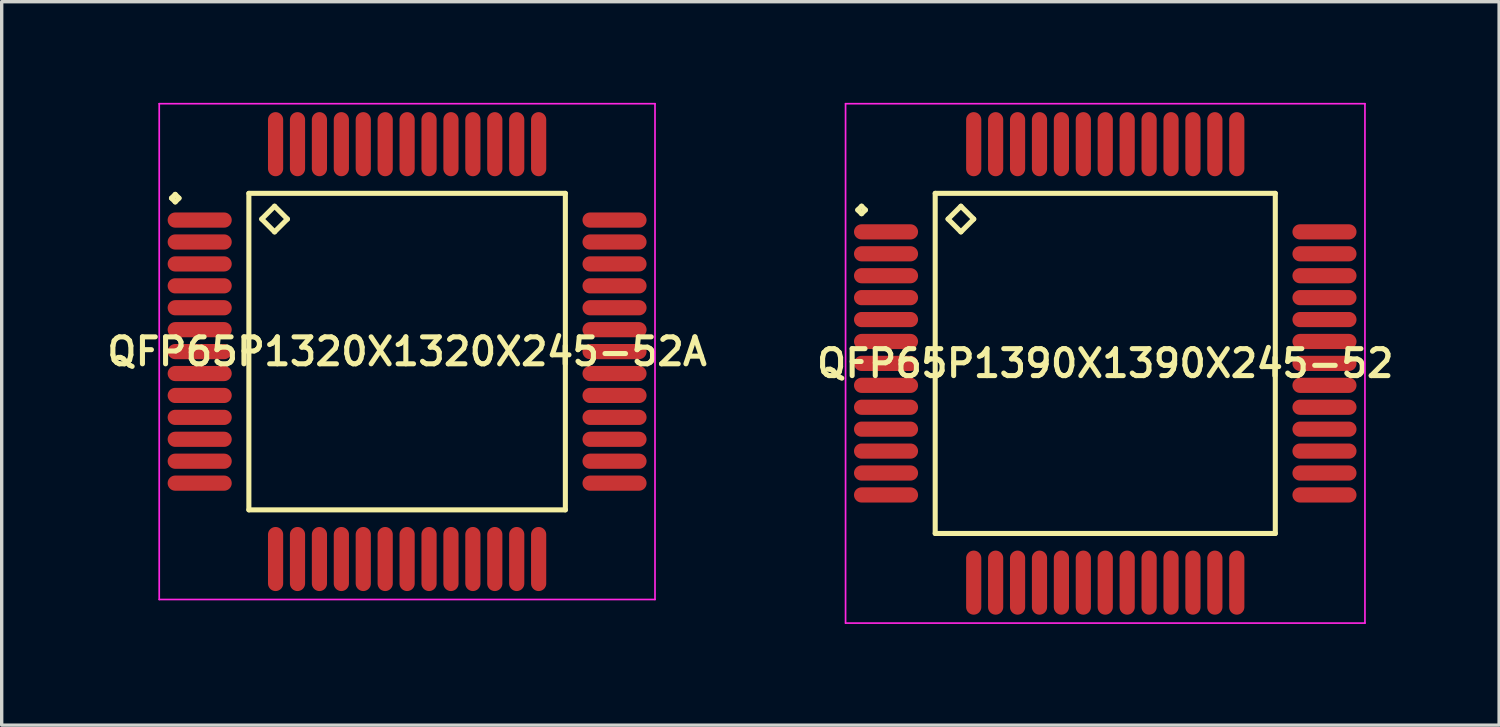
<source format=kicad_pcb>
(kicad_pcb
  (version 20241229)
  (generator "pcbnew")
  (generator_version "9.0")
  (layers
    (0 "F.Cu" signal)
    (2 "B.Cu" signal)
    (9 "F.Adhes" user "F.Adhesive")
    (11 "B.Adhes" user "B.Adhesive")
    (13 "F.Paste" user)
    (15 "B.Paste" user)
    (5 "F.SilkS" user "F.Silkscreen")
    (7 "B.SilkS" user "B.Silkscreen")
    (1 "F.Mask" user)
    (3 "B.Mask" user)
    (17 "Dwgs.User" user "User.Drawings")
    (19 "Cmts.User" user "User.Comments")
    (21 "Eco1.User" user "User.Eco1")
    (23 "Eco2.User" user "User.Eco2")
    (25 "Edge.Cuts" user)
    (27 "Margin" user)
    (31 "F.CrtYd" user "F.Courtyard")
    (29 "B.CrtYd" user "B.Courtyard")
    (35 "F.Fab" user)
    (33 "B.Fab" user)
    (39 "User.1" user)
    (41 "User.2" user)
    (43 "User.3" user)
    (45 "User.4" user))
  (footprint "QFP65P1320X1320X245-52A"
    (layer "F.Cu")
    (at 9.021 7.375)
    (property "Reference" "QFP65P1320X1320X245-52A" (at 0 0 0) (layer "F.SilkS") (effects (font (size 0.8 0.8) (thickness 0.15))))
    (attr smd)
    (fp_line (start -6.987 -4.55) (end -6.875 -4.662) (stroke (width 0.15) (type solid)) (layer "F.SilkS"))
    (fp_line (start -6.875 -4.662) (end -6.763 -4.55) (stroke (width 0.15) (type solid)) (layer "F.SilkS"))
    (fp_line (start -6.875 -4.438) (end -6.987 -4.55) (stroke (width 0.15) (type solid)) (layer "F.SilkS"))
    (fp_line (start -6.763 -4.55) (end -6.875 -4.438) (stroke (width 0.15) (type solid)) (layer "F.SilkS"))
    (fp_line (start -4.692 -4.692) (end -4.692 4.692) (stroke (width 0.15) (type solid)) (layer "F.SilkS"))
    (fp_line (start -4.692 4.692) (end 4.692 4.692) (stroke (width 0.15) (type solid)) (layer "F.SilkS"))
    (fp_line (start -4.311 -3.93) (end -3.93 -4.311) (stroke (width 0.15) (type solid)) (layer "F.SilkS"))
    (fp_line (start -3.93 -4.311) (end -3.549 -3.93) (stroke (width 0.15) (type solid)) (layer "F.SilkS"))
    (fp_line (start -3.93 -3.549) (end -4.311 -3.93) (stroke (width 0.15) (type solid)) (layer "F.SilkS"))
    (fp_line (start -3.549 -3.93) (end -3.93 -3.549) (stroke (width 0.15) (type solid)) (layer "F.SilkS"))
    (fp_line (start 4.692 -4.692) (end -4.692 -4.692) (stroke (width 0.15) (type solid)) (layer "F.SilkS"))
    (fp_line (start 4.692 4.692) (end 4.692 -4.692) (stroke (width 0.15) (type solid)) (layer "F.SilkS"))
    (fp_line (start -7.35 -7.35) (end 7.35 -7.35) (stroke (width 0.05) (type solid)) (layer "F.CrtYd"))
    (fp_line (start -7.35 7.35) (end -7.35 -7.35) (stroke (width 0.05) (type solid)) (layer "F.CrtYd"))
    (fp_line (start 7.35 -7.35) (end 7.35 7.35) (stroke (width 0.05) (type solid)) (layer "F.CrtYd"))
    (fp_line (start 7.35 7.35) (end -7.35 7.35) (stroke (width 0.05) (type solid)) (layer "F.CrtYd"))
    (pad "1" smd oval (at -6.15 -3.9) (size 1.9 0.45) (layers "F.Cu" "F.Mask" "F.Paste"))
    (pad "2" smd oval (at -6.15 -3.25) (size 1.9 0.45) (layers "F.Cu" "F.Mask" "F.Paste"))
    (pad "3" smd oval (at -6.15 -2.6) (size 1.9 0.45) (layers "F.Cu" "F.Mask" "F.Paste"))
    (pad "4" smd oval (at -6.15 -1.95) (size 1.9 0.45) (layers "F.Cu" "F.Mask" "F.Paste"))
    (pad "5" smd oval (at -6.15 -1.3) (size 1.9 0.45) (layers "F.Cu" "F.Mask" "F.Paste"))
    (pad "6" smd oval (at -6.15 -0.65) (size 1.9 0.45) (layers "F.Cu" "F.Mask" "F.Paste"))
    (pad "7" smd oval (at -6.15 0) (size 1.9 0.45) (layers "F.Cu" "F.Mask" "F.Paste"))
    (pad "8" smd oval (at -6.15 0.65) (size 1.9 0.45) (layers "F.Cu" "F.Mask" "F.Paste"))
    (pad "9" smd oval (at -6.15 1.3) (size 1.9 0.45) (layers "F.Cu" "F.Mask" "F.Paste"))
    (pad "10" smd oval (at -6.15 1.95) (size 1.9 0.45) (layers "F.Cu" "F.Mask" "F.Paste"))
    (pad "11" smd oval (at -6.15 2.6) (size 1.9 0.45) (layers "F.Cu" "F.Mask" "F.Paste"))
    (pad "12" smd oval (at -6.15 3.25) (size 1.9 0.45) (layers "F.Cu" "F.Mask" "F.Paste"))
    (pad "13" smd oval (at -6.15 3.9) (size 1.9 0.45) (layers "F.Cu" "F.Mask" "F.Paste"))
    (pad "14" smd oval (at -3.9 6.15) (size 0.45 1.9) (layers "F.Cu" "F.Mask" "F.Paste"))
    (pad "15" smd oval (at -3.25 6.15) (size 0.45 1.9) (layers "F.Cu" "F.Mask" "F.Paste"))
    (pad "16" smd oval (at -2.6 6.15) (size 0.45 1.9) (layers "F.Cu" "F.Mask" "F.Paste"))
    (pad "17" smd oval (at -1.95 6.15) (size 0.45 1.9) (layers "F.Cu" "F.Mask" "F.Paste"))
    (pad "18" smd oval (at -1.3 6.15) (size 0.45 1.9) (layers "F.Cu" "F.Mask" "F.Paste"))
    (pad "19" smd oval (at -0.65 6.15) (size 0.45 1.9) (layers "F.Cu" "F.Mask" "F.Paste"))
    (pad "20" smd oval (at 0 6.15) (size 0.45 1.9) (layers "F.Cu" "F.Mask" "F.Paste"))
    (pad "21" smd oval (at 0.65 6.15) (size 0.45 1.9) (layers "F.Cu" "F.Mask" "F.Paste"))
    (pad "22" smd oval (at 1.3 6.15) (size 0.45 1.9) (layers "F.Cu" "F.Mask" "F.Paste"))
    (pad "23" smd oval (at 1.95 6.15) (size 0.45 1.9) (layers "F.Cu" "F.Mask" "F.Paste"))
    (pad "24" smd oval (at 2.6 6.15) (size 0.45 1.9) (layers "F.Cu" "F.Mask" "F.Paste"))
    (pad "25" smd oval (at 3.25 6.15) (size 0.45 1.9) (layers "F.Cu" "F.Mask" "F.Paste"))
    (pad "26" smd oval (at 3.9 6.15) (size 0.45 1.9) (layers "F.Cu" "F.Mask" "F.Paste"))
    (pad "27" smd oval (at 6.15 3.9) (size 1.9 0.45) (layers "F.Cu" "F.Mask" "F.Paste"))
    (pad "28" smd oval (at 6.15 3.25) (size 1.9 0.45) (layers "F.Cu" "F.Mask" "F.Paste"))
    (pad "29" smd oval (at 6.15 2.6) (size 1.9 0.45) (layers "F.Cu" "F.Mask" "F.Paste"))
    (pad "30" smd oval (at 6.15 1.95) (size 1.9 0.45) (layers "F.Cu" "F.Mask" "F.Paste"))
    (pad "31" smd oval (at 6.15 1.3) (size 1.9 0.45) (layers "F.Cu" "F.Mask" "F.Paste"))
    (pad "32" smd oval (at 6.15 0.65) (size 1.9 0.45) (layers "F.Cu" "F.Mask" "F.Paste"))
    (pad "33" smd oval (at 6.15 0) (size 1.9 0.45) (layers "F.Cu" "F.Mask" "F.Paste"))
    (pad "34" smd oval (at 6.15 -0.65) (size 1.9 0.45) (layers "F.Cu" "F.Mask" "F.Paste"))
    (pad "35" smd oval (at 6.15 -1.3) (size 1.9 0.45) (layers "F.Cu" "F.Mask" "F.Paste"))
    (pad "36" smd oval (at 6.15 -1.95) (size 1.9 0.45) (layers "F.Cu" "F.Mask" "F.Paste"))
    (pad "37" smd oval (at 6.15 -2.6) (size 1.9 0.45) (layers "F.Cu" "F.Mask" "F.Paste"))
    (pad "38" smd oval (at 6.15 -3.25) (size 1.9 0.45) (layers "F.Cu" "F.Mask" "F.Paste"))
    (pad "39" smd oval (at 6.15 -3.9) (size 1.9 0.45) (layers "F.Cu" "F.Mask" "F.Paste"))
    (pad "40" smd oval (at 3.9 -6.15) (size 0.45 1.9) (layers "F.Cu" "F.Mask" "F.Paste"))
    (pad "41" smd oval (at 3.25 -6.15) (size 0.45 1.9) (layers "F.Cu" "F.Mask" "F.Paste"))
    (pad "42" smd oval (at 2.6 -6.15) (size 0.45 1.9) (layers "F.Cu" "F.Mask" "F.Paste"))
    (pad "43" smd oval (at 1.95 -6.15) (size 0.45 1.9) (layers "F.Cu" "F.Mask" "F.Paste"))
    (pad "44" smd oval (at 1.3 -6.15) (size 0.45 1.9) (layers "F.Cu" "F.Mask" "F.Paste"))
    (pad "45" smd oval (at 0.65 -6.15) (size 0.45 1.9) (layers "F.Cu" "F.Mask" "F.Paste"))
    (pad "46" smd oval (at 0 -6.15) (size 0.45 1.9) (layers "F.Cu" "F.Mask" "F.Paste"))
    (pad "47" smd oval (at -0.65 -6.15) (size 0.45 1.9) (layers "F.Cu" "F.Mask" "F.Paste"))
    (pad "48" smd oval (at -1.3 -6.15) (size 0.45 1.9) (layers "F.Cu" "F.Mask" "F.Paste"))
    (pad "49" smd oval (at -1.95 -6.15) (size 0.45 1.9) (layers "F.Cu" "F.Mask" "F.Paste"))
    (pad "50" smd oval (at -2.6 -6.15) (size 0.45 1.9) (layers "F.Cu" "F.Mask" "F.Paste"))
    (pad "51" smd oval (at -3.25 -6.15) (size 0.45 1.9) (layers "F.Cu" "F.Mask" "F.Paste"))
    (pad "52" smd oval (at -3.9 -6.15) (size 0.45 1.9) (layers "F.Cu" "F.Mask" "F.Paste")))
  (footprint "QFP65P1390X1390X245-52"
    (layer "F.Cu")
    (at 29.721 7.725)
    (property "Reference" "QFP65P1390X1390X245-52" (at 0 0 0) (layer "F.SilkS") (effects (font (size 0.8 0.8) (thickness 0.15))))
    (attr smd)
    (fp_line (start -7.338 -4.55) (end -7.225 -4.662) (stroke (width 0.15) (type solid)) (layer "F.SilkS"))
    (fp_line (start -7.225 -4.662) (end -7.112 -4.55) (stroke (width 0.15) (type solid)) (layer "F.SilkS"))
    (fp_line (start -7.225 -4.438) (end -7.338 -4.55) (stroke (width 0.15) (type solid)) (layer "F.SilkS"))
    (fp_line (start -7.112 -4.55) (end -7.225 -4.438) (stroke (width 0.15) (type solid)) (layer "F.SilkS"))
    (fp_line (start -5.042 -5.042) (end -5.042 5.042) (stroke (width 0.15) (type solid)) (layer "F.SilkS"))
    (fp_line (start -5.042 5.042) (end 5.042 5.042) (stroke (width 0.15) (type solid)) (layer "F.SilkS"))
    (fp_line (start -4.661 -4.28) (end -4.28 -4.661) (stroke (width 0.15) (type solid)) (layer "F.SilkS"))
    (fp_line (start -4.28 -4.661) (end -3.899 -4.28) (stroke (width 0.15) (type solid)) (layer "F.SilkS"))
    (fp_line (start -4.28 -3.899) (end -4.661 -4.28) (stroke (width 0.15) (type solid)) (layer "F.SilkS"))
    (fp_line (start -3.899 -4.28) (end -4.28 -3.899) (stroke (width 0.15) (type solid)) (layer "F.SilkS"))
    (fp_line (start 5.042 -5.042) (end -5.042 -5.042) (stroke (width 0.15) (type solid)) (layer "F.SilkS"))
    (fp_line (start 5.042 5.042) (end 5.042 -5.042) (stroke (width 0.15) (type solid)) (layer "F.SilkS"))
    (fp_line (start -7.7 -7.7) (end 7.7 -7.7) (stroke (width 0.05) (type solid)) (layer "F.CrtYd"))
    (fp_line (start -7.7 7.7) (end -7.7 -7.7) (stroke (width 0.05) (type solid)) (layer "F.CrtYd"))
    (fp_line (start 7.7 -7.7) (end 7.7 7.7) (stroke (width 0.05) (type solid)) (layer "F.CrtYd"))
    (fp_line (start 7.7 7.7) (end -7.7 7.7) (stroke (width 0.05) (type solid)) (layer "F.CrtYd"))
    (pad "1" smd oval (at -6.5 -3.9) (size 1.9 0.45) (layers "F.Cu" "F.Mask" "F.Paste"))
    (pad "2" smd oval (at -6.5 -3.25) (size 1.9 0.45) (layers "F.Cu" "F.Mask" "F.Paste"))
    (pad "3" smd oval (at -6.5 -2.6) (size 1.9 0.45) (layers "F.Cu" "F.Mask" "F.Paste"))
    (pad "4" smd oval (at -6.5 -1.95) (size 1.9 0.45) (layers "F.Cu" "F.Mask" "F.Paste"))
    (pad "5" smd oval (at -6.5 -1.3) (size 1.9 0.45) (layers "F.Cu" "F.Mask" "F.Paste"))
    (pad "6" smd oval (at -6.5 -0.65) (size 1.9 0.45) (layers "F.Cu" "F.Mask" "F.Paste"))
    (pad "7" smd oval (at -6.5 0) (size 1.9 0.45) (layers "F.Cu" "F.Mask" "F.Paste"))
    (pad "8" smd oval (at -6.5 0.65) (size 1.9 0.45) (layers "F.Cu" "F.Mask" "F.Paste"))
    (pad "9" smd oval (at -6.5 1.3) (size 1.9 0.45) (layers "F.Cu" "F.Mask" "F.Paste"))
    (pad "10" smd oval (at -6.5 1.95) (size 1.9 0.45) (layers "F.Cu" "F.Mask" "F.Paste"))
    (pad "11" smd oval (at -6.5 2.6) (size 1.9 0.45) (layers "F.Cu" "F.Mask" "F.Paste"))
    (pad "12" smd oval (at -6.5 3.25) (size 1.9 0.45) (layers "F.Cu" "F.Mask" "F.Paste"))
    (pad "13" smd oval (at -6.5 3.9) (size 1.9 0.45) (layers "F.Cu" "F.Mask" "F.Paste"))
    (pad "14" smd oval (at -3.9 6.5) (size 0.45 1.9) (layers "F.Cu" "F.Mask" "F.Paste"))
    (pad "15" smd oval (at -3.25 6.5) (size 0.45 1.9) (layers "F.Cu" "F.Mask" "F.Paste"))
    (pad "16" smd oval (at -2.6 6.5) (size 0.45 1.9) (layers "F.Cu" "F.Mask" "F.Paste"))
    (pad "17" smd oval (at -1.95 6.5) (size 0.45 1.9) (layers "F.Cu" "F.Mask" "F.Paste"))
    (pad "18" smd oval (at -1.3 6.5) (size 0.45 1.9) (layers "F.Cu" "F.Mask" "F.Paste"))
    (pad "19" smd oval (at -0.65 6.5) (size 0.45 1.9) (layers "F.Cu" "F.Mask" "F.Paste"))
    (pad "20" smd oval (at 0 6.5) (size 0.45 1.9) (layers "F.Cu" "F.Mask" "F.Paste"))
    (pad "21" smd oval (at 0.65 6.5) (size 0.45 1.9) (layers "F.Cu" "F.Mask" "F.Paste"))
    (pad "22" smd oval (at 1.3 6.5) (size 0.45 1.9) (layers "F.Cu" "F.Mask" "F.Paste"))
    (pad "23" smd oval (at 1.95 6.5) (size 0.45 1.9) (layers "F.Cu" "F.Mask" "F.Paste"))
    (pad "24" smd oval (at 2.6 6.5) (size 0.45 1.9) (layers "F.Cu" "F.Mask" "F.Paste"))
    (pad "25" smd oval (at 3.25 6.5) (size 0.45 1.9) (layers "F.Cu" "F.Mask" "F.Paste"))
    (pad "26" smd oval (at 3.9 6.5) (size 0.45 1.9) (layers "F.Cu" "F.Mask" "F.Paste"))
    (pad "27" smd oval (at 6.5 3.9) (size 1.9 0.45) (layers "F.Cu" "F.Mask" "F.Paste"))
    (pad "28" smd oval (at 6.5 3.25) (size 1.9 0.45) (layers "F.Cu" "F.Mask" "F.Paste"))
    (pad "29" smd oval (at 6.5 2.6) (size 1.9 0.45) (layers "F.Cu" "F.Mask" "F.Paste"))
    (pad "30" smd oval (at 6.5 1.95) (size 1.9 0.45) (layers "F.Cu" "F.Mask" "F.Paste"))
    (pad "31" smd oval (at 6.5 1.3) (size 1.9 0.45) (layers "F.Cu" "F.Mask" "F.Paste"))
    (pad "32" smd oval (at 6.5 0.65) (size 1.9 0.45) (layers "F.Cu" "F.Mask" "F.Paste"))
    (pad "33" smd oval (at 6.5 0) (size 1.9 0.45) (layers "F.Cu" "F.Mask" "F.Paste"))
    (pad "34" smd oval (at 6.5 -0.65) (size 1.9 0.45) (layers "F.Cu" "F.Mask" "F.Paste"))
    (pad "35" smd oval (at 6.5 -1.3) (size 1.9 0.45) (layers "F.Cu" "F.Mask" "F.Paste"))
    (pad "36" smd oval (at 6.5 -1.95) (size 1.9 0.45) (layers "F.Cu" "F.Mask" "F.Paste"))
    (pad "37" smd oval (at 6.5 -2.6) (size 1.9 0.45) (layers "F.Cu" "F.Mask" "F.Paste"))
    (pad "38" smd oval (at 6.5 -3.25) (size 1.9 0.45) (layers "F.Cu" "F.Mask" "F.Paste"))
    (pad "39" smd oval (at 6.5 -3.9) (size 1.9 0.45) (layers "F.Cu" "F.Mask" "F.Paste"))
    (pad "40" smd oval (at 3.9 -6.5) (size 0.45 1.9) (layers "F.Cu" "F.Mask" "F.Paste"))
    (pad "41" smd oval (at 3.25 -6.5) (size 0.45 1.9) (layers "F.Cu" "F.Mask" "F.Paste"))
    (pad "42" smd oval (at 2.6 -6.5) (size 0.45 1.9) (layers "F.Cu" "F.Mask" "F.Paste"))
    (pad "43" smd oval (at 1.95 -6.5) (size 0.45 1.9) (layers "F.Cu" "F.Mask" "F.Paste"))
    (pad "44" smd oval (at 1.3 -6.5) (size 0.45 1.9) (layers "F.Cu" "F.Mask" "F.Paste"))
    (pad "45" smd oval (at 0.65 -6.5) (size 0.45 1.9) (layers "F.Cu" "F.Mask" "F.Paste"))
    (pad "46" smd oval (at 0 -6.5) (size 0.45 1.9) (layers "F.Cu" "F.Mask" "F.Paste"))
    (pad "47" smd oval (at -0.65 -6.5) (size 0.45 1.9) (layers "F.Cu" "F.Mask" "F.Paste"))
    (pad "48" smd oval (at -1.3 -6.5) (size 0.45 1.9) (layers "F.Cu" "F.Mask" "F.Paste"))
    (pad "49" smd oval (at -1.95 -6.5) (size 0.45 1.9) (layers "F.Cu" "F.Mask" "F.Paste"))
    (pad "50" smd oval (at -2.6 -6.5) (size 0.45 1.9) (layers "F.Cu" "F.Mask" "F.Paste"))
    (pad "51" smd oval (at -3.25 -6.5) (size 0.45 1.9) (layers "F.Cu" "F.Mask" "F.Paste"))
    (pad "52" smd oval (at -3.9 -6.5) (size 0.45 1.9) (layers "F.Cu" "F.Mask" "F.Paste")))
  (gr_rect
    (start -3 -3)
    (end 41.399 18.45)
    (stroke (width 0.1) (type default))
    (fill no)
    (layer "Edge.Cuts")))
</source>
